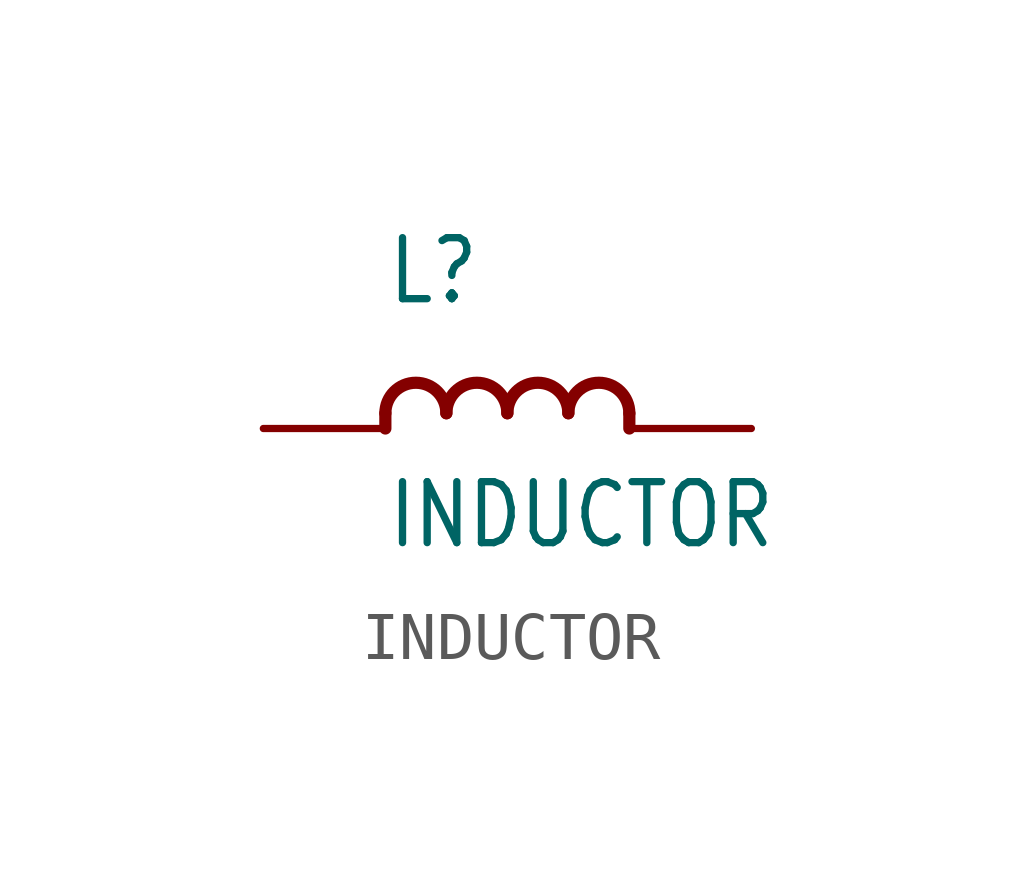
<source format=kicad_sym>
(kicad_symbol_lib
  (version 20211014)
  (generator kicad_symbol_editor)
  (symbol "INDUCTOR"
    (property "Reference" "L"
      (at -2.54 2.54 0)
      (effects (font (size 1.27 1.079)) (justify left bottom)))
    (property "Value" "INDUCTOR"
      (at -2.54 -2.54 0)
      (effects (font (size 1.27 1.079)) (justify left bottom)))
    (property "ki_locked" ""
      (at 0 0 0)
      (effects (font (size 1.27 1.27))))
    (symbol "INDUCTOR_1_0"
      (arc (start -1.27 0.3175) (mid -1.905 0.9524) (end -2.54 0.3175) (stroke (width 0.254) (type default) (color 0 0 0 0)) (fill (type none)))
      (polyline (pts (xy -2.54 0.318) (xy -2.54 0)) (stroke (width 0.254) (type default) (color 0 0 0 0)) (fill (type none)))
      (polyline (pts (xy 2.54 0.318) (xy 2.54 0)) (stroke (width 0.254) (type default) (color 0 0 0 0)) (fill (type none)))
      (arc (start 0 0.3175) (mid -0.635 0.9524) (end -1.27 0.3175) (stroke (width 0.254) (type default) (color 0 0 0 0)) (fill (type none)))
      (arc (start 1.27 0.3175) (mid 0.635 0.9524) (end 0 0.3175) (stroke (width 0.254) (type default) (color 0 0 0 0)) (fill (type none)))
      (arc (start 2.54 0.3175) (mid 1.905 0.9524) (end 1.27 0.3175) (stroke (width 0.254) (type default) (color 0 0 0 0)) (fill (type none)))
      (pin passive line (at -5.08 0 0) (length 2.54) (name "1" (effects (font (size 0 0)))) (number "P$1" (effects (font (size 0 0)))))
      (pin passive line (at 5.08 0 180) (length 2.54) (name "2" (effects (font (size 0 0)))) (number "P$2" (effects (font (size 0 0))))))))
</source>
